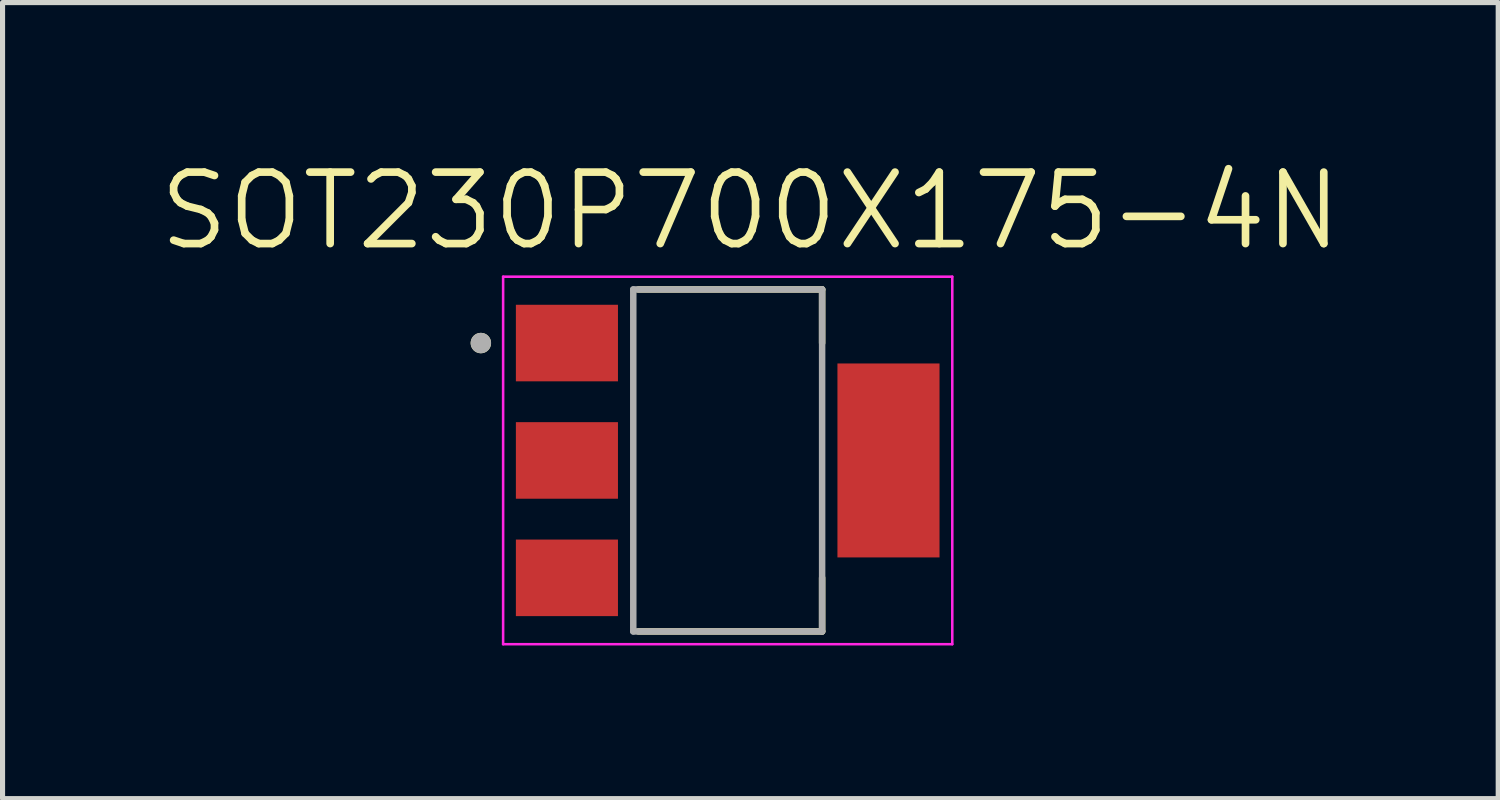
<source format=kicad_pcb>
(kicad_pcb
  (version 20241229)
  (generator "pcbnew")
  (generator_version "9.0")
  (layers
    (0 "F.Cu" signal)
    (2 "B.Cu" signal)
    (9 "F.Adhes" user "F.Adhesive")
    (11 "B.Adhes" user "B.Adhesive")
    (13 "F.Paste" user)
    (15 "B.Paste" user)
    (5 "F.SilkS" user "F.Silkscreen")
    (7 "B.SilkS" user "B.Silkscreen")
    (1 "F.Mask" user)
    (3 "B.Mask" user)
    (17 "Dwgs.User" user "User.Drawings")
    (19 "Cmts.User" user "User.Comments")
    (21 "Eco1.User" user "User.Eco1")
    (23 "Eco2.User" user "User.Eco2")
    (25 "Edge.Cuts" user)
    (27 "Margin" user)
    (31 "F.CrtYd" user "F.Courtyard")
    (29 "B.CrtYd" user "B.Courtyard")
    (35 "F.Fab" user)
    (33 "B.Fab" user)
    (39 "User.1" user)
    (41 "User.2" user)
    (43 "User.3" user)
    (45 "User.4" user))
  (footprint "SOT230P700X175-4N"
    (layer "F.Cu")
    (at 11.207 5.971)
    (property "Reference" "SOT230P700X175-4N" (at 0.445 -4.889 0) (layer "F.SilkS") (effects (font (size 1.4 1.4) (thickness 0.15))))
    (attr smd)
    (fp_line (start -1.75 -3.35) (end 1.85 -3.35) (stroke (width 0.127) (type solid)) (layer "F.SilkS"))
    (fp_line (start 1.85 -3.35) (end 1.85 -2.3) (stroke (width 0.127) (type solid)) (layer "F.SilkS"))
    (fp_line (start 1.85 2.3) (end 1.85 3.35) (stroke (width 0.127) (type solid)) (layer "F.SilkS"))
    (fp_line (start 1.85 3.35) (end -1.75 3.35) (stroke (width 0.127) (type solid)) (layer "F.SilkS"))
    (fp_circle (center -4.836 -2.3) (end -4.736 -2.3) (stroke (width 0.2) (type solid)) (fill no) (layer "F.SilkS"))
    (fp_line (start -4.4 -3.6) (end 4.4 -3.6) (stroke (width 0.05) (type solid)) (layer "F.CrtYd"))
    (fp_line (start -4.4 3.6) (end -4.4 -3.6) (stroke (width 0.05) (type solid)) (layer "F.CrtYd"))
    (fp_line (start 4.4 -3.6) (end 4.4 3.6) (stroke (width 0.05) (type solid)) (layer "F.CrtYd"))
    (fp_line (start 4.4 3.6) (end -4.4 3.6) (stroke (width 0.05) (type solid)) (layer "F.CrtYd"))
    (fp_line (start -1.85 -3.35) (end 1.85 -3.35) (stroke (width 0.127) (type solid)) (layer "F.Fab"))
    (fp_line (start -1.85 3.35) (end -1.85 -3.35) (stroke (width 0.127) (type solid)) (layer "F.Fab"))
    (fp_line (start 1.85 -3.35) (end 1.85 3.35) (stroke (width 0.127) (type solid)) (layer "F.Fab"))
    (fp_line (start 1.85 3.35) (end -1.85 3.35) (stroke (width 0.127) (type solid)) (layer "F.Fab"))
    (fp_circle (center -4.836 -2.3) (end -4.736 -2.3) (stroke (width 0.2) (type solid)) (fill no) (layer "F.Fab"))
    (pad "1" smd rect (at -3.15 -2.3) (size 2 1.5) (layers "F.Cu" "F.Mask" "F.Paste"))
    (pad "2" smd rect (at -3.15 0) (size 2 1.5) (layers "F.Cu" "F.Mask" "F.Paste"))
    (pad "3" smd rect (at -3.15 2.3) (size 2 1.5) (layers "F.Cu" "F.Mask" "F.Paste"))
    (pad "4" smd rect (at 3.15 0) (size 2 3.8) (layers "F.Cu" "F.Mask" "F.Paste")))
  (gr_rect
    (start -3 -3)
    (end 26.303 12.596)
    (stroke (width 0.1) (type default))
    (fill no)
    (layer "Edge.Cuts")))
</source>
